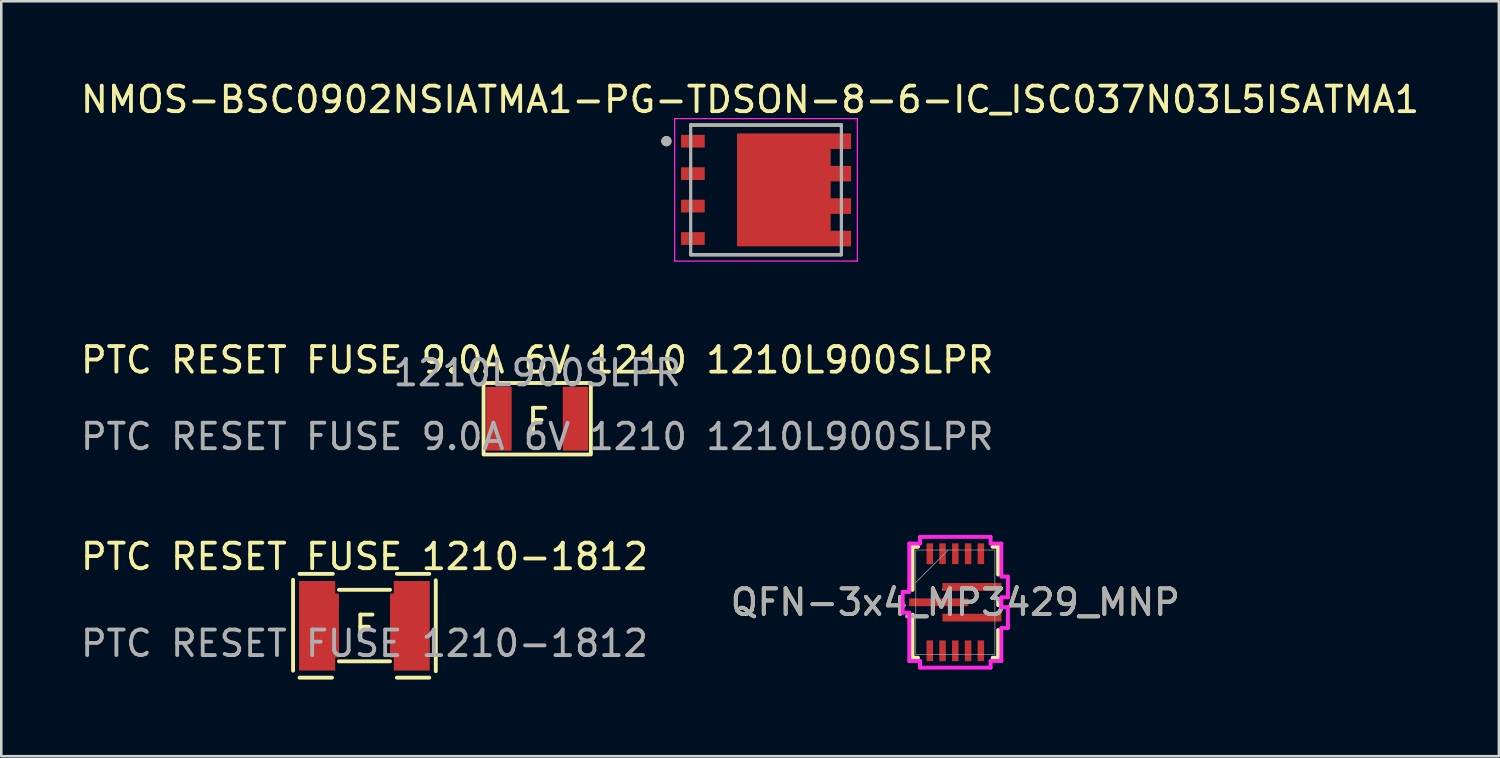
<source format=kicad_pcb>
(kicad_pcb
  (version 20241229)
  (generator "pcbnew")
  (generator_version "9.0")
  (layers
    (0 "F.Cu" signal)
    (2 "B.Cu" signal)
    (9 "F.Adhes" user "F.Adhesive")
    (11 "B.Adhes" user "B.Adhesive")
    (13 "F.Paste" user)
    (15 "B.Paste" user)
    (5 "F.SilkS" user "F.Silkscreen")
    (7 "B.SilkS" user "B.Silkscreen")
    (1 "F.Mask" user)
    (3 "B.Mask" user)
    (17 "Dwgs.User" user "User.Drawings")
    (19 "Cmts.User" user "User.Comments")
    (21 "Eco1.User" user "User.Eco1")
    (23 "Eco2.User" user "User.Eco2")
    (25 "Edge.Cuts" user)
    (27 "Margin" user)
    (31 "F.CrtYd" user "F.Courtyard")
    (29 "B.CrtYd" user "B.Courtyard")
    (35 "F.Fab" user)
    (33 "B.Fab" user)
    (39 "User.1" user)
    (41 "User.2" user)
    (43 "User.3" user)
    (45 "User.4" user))
  (footprint "PTC RESET FUSE 1210-1812"
    (layer "F.Cu")
    (at 11.22 21.441)
    (property "Reference" "PTC RESET FUSE 1210-1812" (at 0 -2.7 0) (unlocked yes) (layer "F.SilkS") (effects (font (size 1 1) (thickness 0.15))))
    (attr smd)
    (fp_line (start -2.797 -1.791) (end -2.797 1.765) (stroke (width 0.152) (type default)) (layer "F.SilkS"))
    (fp_line (start -2.543 -2.025) (end -1.238 -2.025) (stroke (width 0.152) (type default)) (layer "F.SilkS"))
    (fp_line (start -1.273 2.039) (end -2.543 2.039) (stroke (width 0.152) (type default)) (layer "F.SilkS"))
    (fp_line (start 1 -1.4) (end -1 -1.4) (stroke (width 0.152) (type default)) (layer "F.SilkS"))
    (fp_line (start 1 1.4) (end -1 1.4) (stroke (width 0.152) (type default)) (layer "F.SilkS"))
    (fp_line (start 1.267 2.039) (end 2.537 2.039) (stroke (width 0.152) (type default)) (layer "F.SilkS"))
    (fp_line (start 2.537 -2.025) (end 1.267 -2.025) (stroke (width 0.152) (type default)) (layer "F.SilkS"))
    (fp_line (start 2.791 -1.771) (end 2.791 1.785) (stroke (width 0.152) (type default)) (layer "F.SilkS"))
    (fp_circle (center -2.278 1.627) (end -2.248 1.627) (stroke (width 0.06) (type default)) (fill no) (layer "User.5"))
    (fp_text user "F" (at -0.5 0.7 0) (unlocked yes) (layer "F.SilkS") (effects (font (size 1 1) (thickness 0.15)) (justify left bottom)))
    (fp_text user "${REFERENCE}" (at 0 0.7 0) (unlocked yes) (layer "F.Fab") (effects (font (size 1 1) (thickness 0.15))))
    (pad "1" smd custom (at -1.857 0.007) (size 1.407 3.499) (layers "F.Cu" "F.Mask" "F.Paste") (options (anchor rect)) (primitives (gr_poly (pts (xy -0.698 -1.752) (xy -0.698 1.753) (xy 0.712 1.753) (xy 0.712 1.243) (xy 0.857 1.243) (xy 0.857 -1.257) (xy 0.712 -1.257) (xy 0.712 -1.752)) (width 0) (fill yes))))
    (pad "2" smd custom (at 1.849 0.006) (size 1.408 3.502) (layers "F.Cu" "F.Mask" "F.Paste") (options (anchor rect)) (primitives (gr_poly (pts (xy 0.706 -1.751) (xy 0.706 1.754) (xy -0.704 1.754) (xy -0.704 1.244) (xy -0.849 1.244) (xy -0.849 -1.256) (xy -0.704 -1.256) (xy -0.704 -1.751)) (width 0) (fill yes)))))
  (footprint "PTC RESET FUSE 9.0A 6V 1210 1210L900SLPR"
    (layer "F.Cu")
    (at 17.982 11.544)
    (property "Reference" "PTC RESET FUSE 9.0A 6V 1210 1210L900SLPR" (at 0 -0.5 0) (unlocked yes) (layer "F.SilkS") (effects (font (size 1 1) (thickness 0.15))))
    (property "MPN" "1210L900SLPR" (at 0 0 0) (layer "F.Fab") (effects (font (size 1 1) (thickness 0.15))))
    (attr smd)
    (fp_rect (start -2.1 0.4) (end 2.1 3.2) (stroke (width 0.15) (type default)) (fill no) (layer "F.SilkS"))
    (fp_text user "F" (at -0.5 2.5 0) (unlocked yes) (layer "F.SilkS") (effects (font (size 1 1) (thickness 0.15)) (justify left bottom)))
    (fp_text user "${REFERENCE}" (at 0 2.5 0) (unlocked yes) (layer "F.Fab") (effects (font (size 1 1) (thickness 0.15))))
    (pad "1" smd rect (at -1.5 1.8 90) (size 2.5 1) (layers "F.Cu" "F.Mask" "F.Paste"))
    (pad "2" smd rect (at 1.5 1.8 90) (size 2.5 1) (layers "F.Cu" "F.Mask" "F.Paste")))
  (footprint "QFN-3x4_MP3429_MNP"
    (layer "F.Cu")
    (at 34.351 20.529)
    (property "Reference" "QFN-3x4_MP3429_MNP" (at 0 0 0) (unlocked yes) (layer "F.SilkS") (effects (font (size 1 1) (thickness 0.15))))
    (attr smd)
    (fp_line (start -1.676 -2.172) (end -1.46 -2.172) (stroke (width 0.152) (type solid)) (layer "F.SilkS"))
    (fp_line (start -1.676 -0.485) (end -1.676 -2.172) (stroke (width 0.152) (type solid)) (layer "F.SilkS"))
    (fp_line (start -1.676 2.172) (end -1.676 0.485) (stroke (width 0.152) (type solid)) (layer "F.SilkS"))
    (fp_line (start -1.46 2.172) (end -1.676 2.172) (stroke (width 0.152) (type solid)) (layer "F.SilkS"))
    (fp_line (start 1.46 -2.172) (end 1.676 -2.172) (stroke (width 0.152) (type solid)) (layer "F.SilkS"))
    (fp_line (start 1.676 -2.172) (end 1.676 -1.085) (stroke (width 0.152) (type solid)) (layer "F.SilkS"))
    (fp_line (start 1.676 -0.115) (end 1.676 0.115) (stroke (width 0.152) (type solid)) (layer "F.SilkS"))
    (fp_line (start 1.676 1.085) (end 1.676 2.172) (stroke (width 0.152) (type solid)) (layer "F.SilkS"))
    (fp_line (start 1.676 2.172) (end 1.46 2.172) (stroke (width 0.152) (type solid)) (layer "F.SilkS"))
    (fp_line (start -2.06 -0.406) (end -2.06 0.406) (stroke (width 0.152) (type solid)) (layer "F.CrtYd"))
    (fp_line (start -2.06 0.406) (end -1.803 0.406) (stroke (width 0.152) (type solid)) (layer "F.CrtYd"))
    (fp_line (start -1.803 -2.299) (end -1.803 -0.406) (stroke (width 0.152) (type solid)) (layer "F.CrtYd"))
    (fp_line (start -1.803 -0.406) (end -2.06 -0.406) (stroke (width 0.152) (type solid)) (layer "F.CrtYd"))
    (fp_line (start -1.803 0.406) (end -1.803 2.299) (stroke (width 0.152) (type solid)) (layer "F.CrtYd"))
    (fp_line (start -1.803 2.299) (end -1.381 2.299) (stroke (width 0.152) (type solid)) (layer "F.CrtYd"))
    (fp_line (start -1.381 -2.56) (end -1.381 -2.299) (stroke (width 0.152) (type solid)) (layer "F.CrtYd"))
    (fp_line (start -1.381 -2.299) (end -1.803 -2.299) (stroke (width 0.152) (type solid)) (layer "F.CrtYd"))
    (fp_line (start -1.381 2.299) (end -1.381 2.56) (stroke (width 0.152) (type solid)) (layer "F.CrtYd"))
    (fp_line (start -1.381 2.56) (end 1.381 2.56) (stroke (width 0.152) (type solid)) (layer "F.CrtYd"))
    (fp_line (start 1.381 -2.56) (end -1.381 -2.56) (stroke (width 0.152) (type solid)) (layer "F.CrtYd"))
    (fp_line (start 1.381 -2.299) (end 1.381 -2.56) (stroke (width 0.152) (type solid)) (layer "F.CrtYd"))
    (fp_line (start 1.381 2.299) (end 1.803 2.299) (stroke (width 0.152) (type solid)) (layer "F.CrtYd"))
    (fp_line (start 1.381 2.56) (end 1.381 2.299) (stroke (width 0.152) (type solid)) (layer "F.CrtYd"))
    (fp_line (start 1.803 -2.299) (end 1.381 -2.299) (stroke (width 0.152) (type solid)) (layer "F.CrtYd"))
    (fp_line (start 1.803 -1.006) (end 1.803 -2.299) (stroke (width 0.152) (type solid)) (layer "F.CrtYd"))
    (fp_line (start 1.803 -0.194) (end 2.06 -0.194) (stroke (width 0.152) (type solid)) (layer "F.CrtYd"))
    (fp_line (start 1.803 0.194) (end 1.803 -0.194) (stroke (width 0.152) (type solid)) (layer "F.CrtYd"))
    (fp_line (start 1.803 1.006) (end 2.06 1.006) (stroke (width 0.152) (type solid)) (layer "F.CrtYd"))
    (fp_line (start 1.803 2.299) (end 1.803 1.006) (stroke (width 0.152) (type solid)) (layer "F.CrtYd"))
    (fp_line (start 2.06 -1.006) (end 1.803 -1.006) (stroke (width 0.152) (type solid)) (layer "F.CrtYd"))
    (fp_line (start 2.06 -0.194) (end 2.06 -1.006) (stroke (width 0.152) (type solid)) (layer "F.CrtYd"))
    (fp_line (start 2.06 0.194) (end 1.803 0.194) (stroke (width 0.152) (type solid)) (layer "F.CrtYd"))
    (fp_line (start 2.06 1.006) (end 2.06 0.194) (stroke (width 0.152) (type solid)) (layer "F.CrtYd"))
    (fp_line (start -1.549 -2.045) (end -1.549 2.045) (stroke (width 0.025) (type solid)) (layer "F.Fab"))
    (fp_line (start -1.549 -0.775) (end -0.279 -2.045) (stroke (width 0.025) (type solid)) (layer "F.Fab"))
    (fp_line (start -1.549 2.045) (end 1.549 2.045) (stroke (width 0.025) (type solid)) (layer "F.Fab"))
    (fp_line (start 1.549 -2.045) (end -1.549 -2.045) (stroke (width 0.025) (type solid)) (layer "F.Fab"))
    (fp_line (start 1.549 2.045) (end 1.549 -2.045) (stroke (width 0.025) (type solid)) (layer "F.Fab"))
    (fp_circle (center -0.498 -0.5) (end -0.498 -0.5) (stroke (width 0.025) (type solid)) (fill no) (layer "F.Fab"))
    (fp_text user "${REFERENCE}" (at 0 0 0) (unlocked yes) (layer "F.Fab") (effects (font (size 1 1) (thickness 0.15))))
    (pad "1" smd rect (at -0.65 0) (size 2.311 0.305) (layers "F.Cu" "F.Mask" "F.Paste"))
    (pad "2" smd rect (at -1 1.9 90) (size 0.813 0.254) (layers "F.Cu" "F.Mask" "F.Paste"))
    (pad "3" smd rect (at -0.5 1.9 90) (size 0.813 0.254) (layers "F.Cu" "F.Mask" "F.Paste"))
    (pad "4" smd rect (at 0 1.9 90) (size 0.813 0.254) (layers "F.Cu" "F.Mask" "F.Paste"))
    (pad "5" smd rect (at 0.5 1.9 90) (size 0.813 0.254) (layers "F.Cu" "F.Mask" "F.Paste"))
    (pad "6" smd rect (at 1 1.9 90) (size 0.813 0.254) (layers "F.Cu" "F.Mask" "F.Paste"))
    (pad "7" smd rect (at 0.65 0.6) (size 2.311 0.305) (layers "F.Cu" "F.Mask" "F.Paste"))
    (pad "8" smd rect (at 0.65 -0.6) (size 2.311 0.305) (layers "F.Cu" "F.Mask" "F.Paste"))
    (pad "9" smd rect (at 1 -1.9 90) (size 0.813 0.254) (layers "F.Cu" "F.Mask" "F.Paste"))
    (pad "10" smd rect (at 0.5 -1.9 90) (size 0.813 0.254) (layers "F.Cu" "F.Mask" "F.Paste"))
    (pad "11" smd rect (at 0 -1.9 90) (size 0.813 0.254) (layers "F.Cu" "F.Mask" "F.Paste"))
    (pad "12" smd rect (at -0.5 -1.9 90) (size 0.813 0.254) (layers "F.Cu" "F.Mask" "F.Paste"))
    (pad "13" smd rect (at -1 -1.9 90) (size 0.813 0.254) (layers "F.Cu" "F.Mask" "F.Paste")))
  (footprint "NMOS-BSC0902NSIATMA1-PG-TDSON-8-6-IC_ISC037N03L5ISATMA1"
    (layer "F.Cu")
    (at 26.94 4.383)
    (property "Reference" "NMOS-BSC0902NSIATMA1-PG-TDSON-8-6-IC_ISC037N03L5ISATMA1" (at -0.625 -3.535 0) (layer "F.SilkS") (effects (font (size 1 1) (thickness 0.15))))
    (attr smd)
    (fp_poly (pts (xy -1.23 -2.305) (xy -1.23 2.305) (xy 3.425 2.305) (xy 3.425 1.505) (xy 2.625 1.505) (xy 2.625 1.035) (xy 3.425 1.035) (xy 3.425 0.235) (xy 2.625 0.235) (xy 2.625 -0.235) (xy 3.425 -0.235) (xy 3.425 -1.035) (xy 2.625 -1.035) (xy 2.625 -1.505) (xy 3.425 -1.505) (xy 3.425 -2.305)) (stroke (width 0.01) (type solid)) (fill yes) (layer "F.Mask"))
    (fp_line (start -2.95 -2.538) (end 2.95 -2.538) (stroke (width 0.127) (type solid)) (layer "F.SilkS"))
    (fp_line (start -2.95 -2.48) (end -2.95 -2.538) (stroke (width 0.127) (type solid)) (layer "F.SilkS"))
    (fp_line (start -2.95 2.48) (end -2.95 2.538) (stroke (width 0.127) (type solid)) (layer "F.SilkS"))
    (fp_line (start 2.95 -2.48) (end 2.95 -2.538) (stroke (width 0.127) (type solid)) (layer "F.SilkS"))
    (fp_line (start 2.95 2.48) (end 2.95 2.538) (stroke (width 0.127) (type solid)) (layer "F.SilkS"))
    (fp_line (start 2.95 2.538) (end -2.95 2.538) (stroke (width 0.127) (type solid)) (layer "F.SilkS"))
    (fp_circle (center -3.9 -1.905) (end -3.8 -1.905) (stroke (width 0.2) (type solid)) (fill no) (layer "F.SilkS"))
    (fp_poly (pts (xy -3.276 -2.105) (xy -2.45 -2.105) (xy -2.45 -1.705) (xy -3.276 -1.705)) (stroke (width 0.01) (type solid)) (fill yes) (layer "F.Paste"))
    (fp_poly (pts (xy -3.276 -0.835) (xy -2.45 -0.835) (xy -2.45 -0.435) (xy -3.276 -0.435)) (stroke (width 0.01) (type solid)) (fill yes) (layer "F.Paste"))
    (fp_poly (pts (xy -3.276 0.435) (xy -2.45 0.435) (xy -2.45 0.835) (xy -3.276 0.835)) (stroke (width 0.01) (type solid)) (fill yes) (layer "F.Paste"))
    (fp_poly (pts (xy -3.276 1.705) (xy -2.45 1.705) (xy -2.45 2.105) (xy -3.276 2.105)) (stroke (width 0.01) (type solid)) (fill yes) (layer "F.Paste"))
    (fp_poly (pts (xy -0.875 0.1) (xy -0.875 1.6) (xy 0.625 1.6) (xy 0.625 0.1)) (stroke (width 0.01) (type solid)) (fill yes) (layer "F.Paste"))
    (fp_poly (pts (xy 0.625 -0.1) (xy -0.875 -0.1) (xy -0.875 -1.6) (xy 0.625 -1.6)) (stroke (width 0.01) (type solid)) (fill yes) (layer "F.Paste"))
    (fp_poly (pts (xy 2.325 -0.1) (xy 0.825 -0.1) (xy 0.825 -1.6) (xy 2.325 -1.6)) (stroke (width 0.01) (type solid)) (fill yes) (layer "F.Paste"))
    (fp_poly (pts (xy 2.325 1.6) (xy 0.825 1.6) (xy 0.825 0.1) (xy 2.325 0.1)) (stroke (width 0.01) (type solid)) (fill yes) (layer "F.Paste"))
    (fp_poly (pts (xy 2.525 -2.155) (xy 3.275 -2.155) (xy 3.275 -1.655) (xy 2.525 -1.655)) (stroke (width 0.01) (type solid)) (fill yes) (layer "F.Paste"))
    (fp_poly (pts (xy 2.525 -0.885) (xy 3.275 -0.885) (xy 3.275 -0.385) (xy 2.525 -0.385)) (stroke (width 0.01) (type solid)) (fill yes) (layer "F.Paste"))
    (fp_poly (pts (xy 2.525 0.385) (xy 3.275 0.385) (xy 3.275 0.885) (xy 2.525 0.885)) (stroke (width 0.01) (type solid)) (fill yes) (layer "F.Paste"))
    (fp_poly (pts (xy 2.525 1.655) (xy 3.275 1.655) (xy 3.275 2.155) (xy 2.525 2.155)) (stroke (width 0.01) (type solid)) (fill yes) (layer "F.Paste"))
    (fp_line (start -3.576 -2.788) (end 3.575 -2.788) (stroke (width 0.05) (type solid)) (layer "F.CrtYd"))
    (fp_line (start -3.576 2.788) (end -3.576 -2.788) (stroke (width 0.05) (type solid)) (layer "F.CrtYd"))
    (fp_line (start 3.575 -2.788) (end 3.575 2.788) (stroke (width 0.05) (type solid)) (layer "F.CrtYd"))
    (fp_line (start 3.575 2.788) (end -3.576 2.788) (stroke (width 0.05) (type solid)) (layer "F.CrtYd"))
    (fp_line (start -2.95 -2.538) (end 2.95 -2.538) (stroke (width 0.127) (type solid)) (layer "F.Fab"))
    (fp_line (start -2.95 2.538) (end -2.95 -2.538) (stroke (width 0.127) (type solid)) (layer "F.Fab"))
    (fp_line (start 2.95 -2.538) (end 2.95 2.538) (stroke (width 0.127) (type solid)) (layer "F.Fab"))
    (fp_line (start 2.95 2.538) (end -2.95 2.538) (stroke (width 0.127) (type solid)) (layer "F.Fab"))
    (fp_circle (center -3.9 -1.905) (end -3.8 -1.905) (stroke (width 0.2) (type solid)) (fill no) (layer "F.Fab"))
    (pad "1" smd rect (at -2.863 -1.905) (size 0.925 0.5) (layers "F.Cu" "F.Mask"))
    (pad "2" smd rect (at -2.863 -0.635) (size 0.925 0.5) (layers "F.Cu" "F.Mask"))
    (pad "3" smd rect (at -2.863 0.635) (size 0.925 0.5) (layers "F.Cu" "F.Mask"))
    (pad "4" smd rect (at -2.863 1.905) (size 0.925 0.5) (layers "F.Cu" "F.Mask"))
    (pad "5" smd custom (at 0 0) (size 0.5 0.5) (layers "F.Cu") (options (anchor rect)) (primitives (gr_poly (pts (xy -1.13 -2.205) (xy -1.13 2.205) (xy 3.325 2.205) (xy 3.325 1.605) (xy 2.525 1.605) (xy 2.525 0.935) (xy 3.325 0.935) (xy 3.325 0.335) (xy 2.525 0.335) (xy 2.525 -0.335) (xy 3.325 -0.335) (xy 3.325 -0.935) (xy 2.525 -0.935) (xy 2.525 -1.605) (xy 3.325 -1.605) (xy 3.325 -2.205)) (width 0.01) (fill yes)))))
  (gr_rect
    (start -3 -3)
    (end 55.631 26.556)
    (stroke (width 0.1) (type default))
    (fill no)
    (layer "Edge.Cuts")))
</source>
